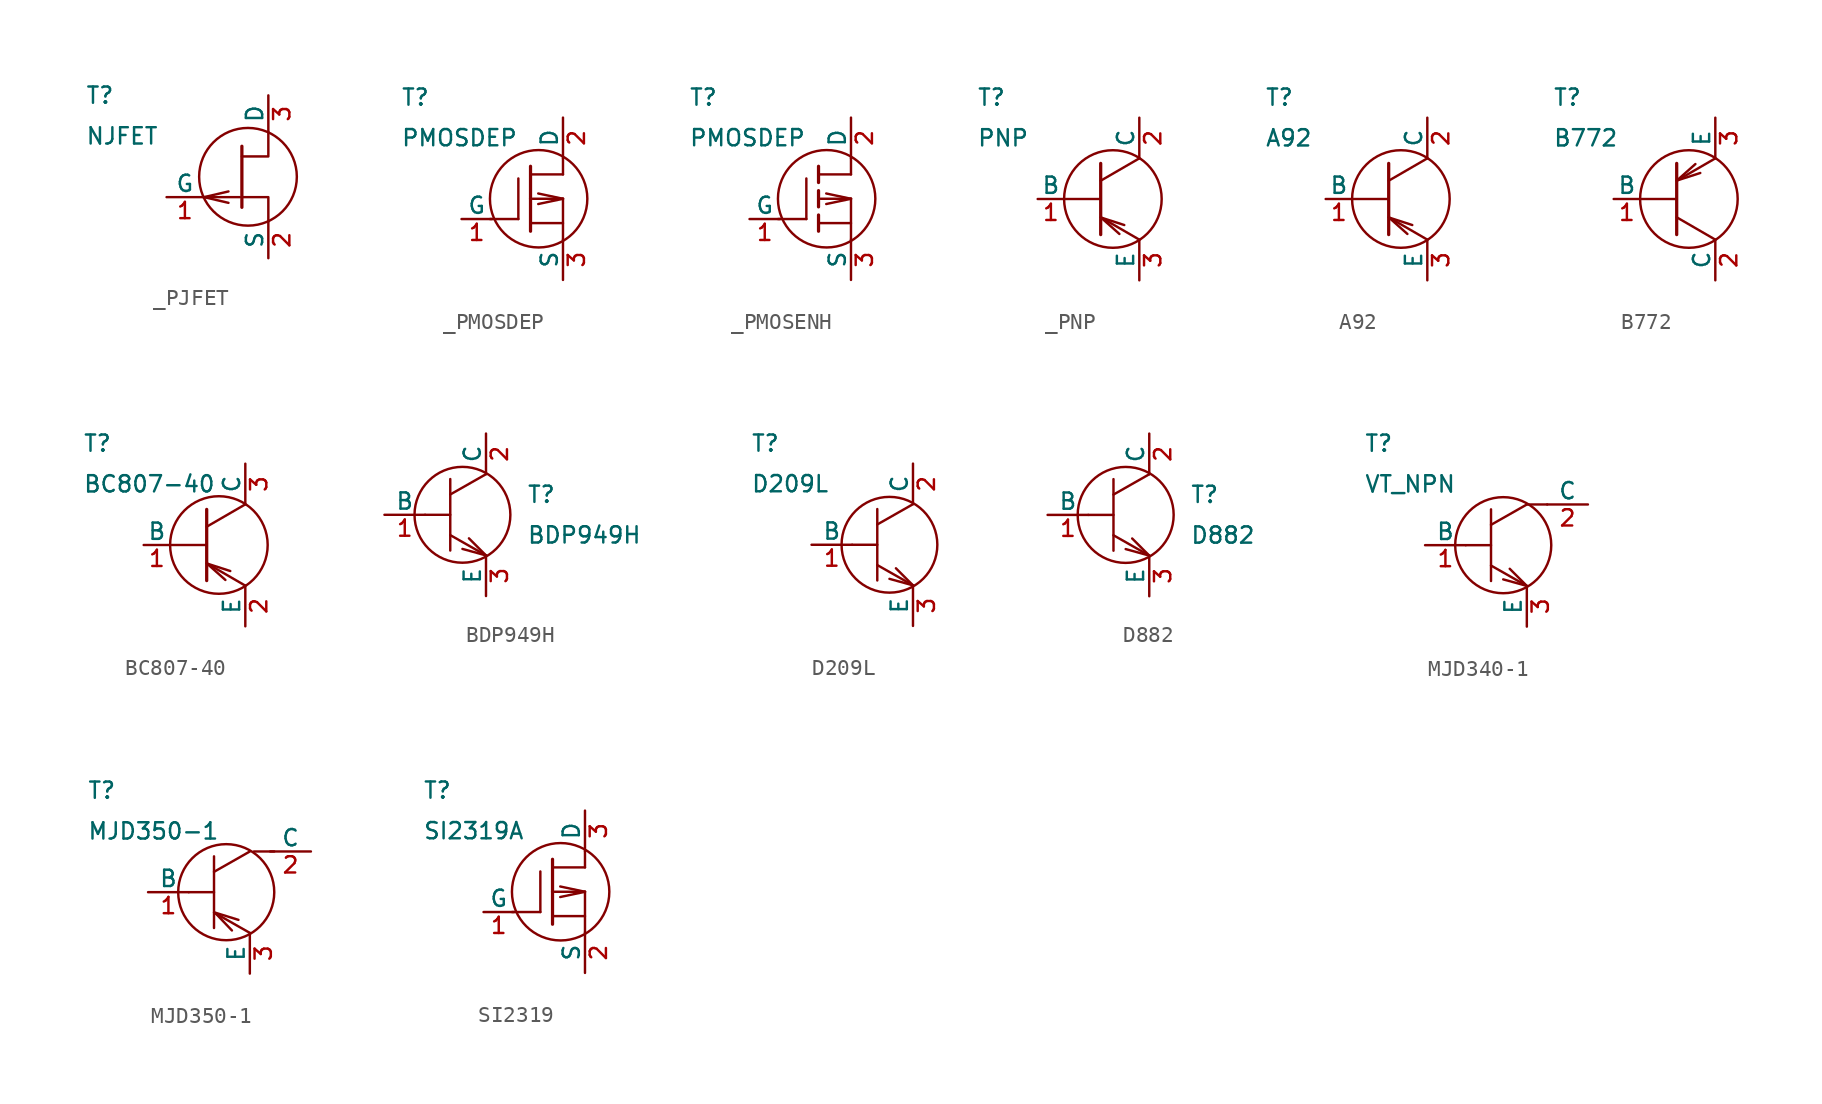
<source format=kicad_sym>
(kicad_symbol_lib
  (version 20231120)
  (generator "kicad_symbol_editor")
  (generator_version "8.0")
  (symbol "_PJFET"
    (pin_names
      (offset 0))
    (property "Reference" "T"
      (at -10.16 5.08 0)
      (effects (font (size 1.016 1.016)) (justify left)))
    (property "Value" "NJFET"
      (at -10.16 2.54 0)
      (effects (font (size 1.016 1.016)) (justify left)))
    (symbol "_PJFET_0_1"
      (polyline (pts (xy -2.794 -1.27) (xy -0.508 -1.27)) (stroke (width 0) (type default)) (fill (type none)))
      (polyline (pts (xy -0.381 -1.27) (xy 1.27 -1.27) (xy 1.27 -2.794)) (stroke (width 0) (type default)) (fill (type none)))
      (polyline (pts (xy -0.381 1.27) (xy 1.27 1.27) (xy 1.27 2.794)) (stroke (width 0) (type default)) (fill (type none)))
      (circle (center 0 0) (radius 3.048) (stroke (width 0) (type default)) (fill (type none))))
    (symbol "_PJFET_1_1"
      (polyline (pts (xy -2.743 -1.27) (xy -1.219 -0.914)) (stroke (width 0) (type default)) (fill (type none)))
      (polyline (pts (xy -1.219 -1.626) (xy -2.743 -1.27)) (stroke (width 0) (type default)) (fill (type none)))
      (polyline (pts (xy -0.381 1.905) (xy -0.381 -1.905)) (stroke (width 0.203) (type default)) (fill (type none)))
      (pin passive line (at -5.08 -1.27 0) (length 2.286) (name "G" (effects (font (size 1.016 1.016)))) (number "1" (effects (font (size 1.016 1.016)))))
      (pin input line (at 1.27 -5.08 90) (length 2.286) (name "S" (effects (font (size 1.016 1.016)))) (number "2" (effects (font (size 1.016 1.016)))))
      (pin input line (at 1.27 5.08 270) (length 2.286) (name "D" (effects (font (size 1.016 1.016)))) (number "3" (effects (font (size 1.016 1.016)))))))
  (symbol "_PMOSDEP"
    (pin_names
      (offset 0))
    (property "Reference" "T"
      (at -8.89 6.35 0)
      (effects (font (size 1.016 1.016)) (justify left)))
    (property "Value" "PMOSDEP"
      (at -8.89 3.81 0)
      (effects (font (size 1.016 1.016)) (justify left)))
    (symbol "_PMOSDEP_0_1"
      (circle (center -0.254 0) (radius 3.048) (stroke (width 0) (type default)) (fill (type none)))
      (polyline (pts (xy -1.524 -1.27) (xy -1.524 1.27)) (stroke (width 0) (type default)) (fill (type none))))
    (symbol "_PMOSDEP_1_1"
      (polyline (pts (xy -3.302 -1.27) (xy -1.524 -1.27)) (stroke (width 0) (type default)) (fill (type none)))
      (polyline (pts (xy -0.762 -2.032) (xy -0.762 0)) (stroke (width 0.203) (type default)) (fill (type none)))
      (polyline (pts (xy -0.762 -1.524) (xy 1.27 -1.524)) (stroke (width 0) (type default)) (fill (type none)))
      (polyline (pts (xy -0.762 0) (xy -0.762 2.032)) (stroke (width 0.203) (type default)) (fill (type none)))
      (polyline (pts (xy -0.762 1.524) (xy 1.27 1.524)) (stroke (width 0) (type default)) (fill (type none)))
      (polyline (pts (xy -0.279 0.33) (xy 1.27 0)) (stroke (width 0) (type default)) (fill (type none)))
      (polyline (pts (xy 1.27 0) (xy -0.635 0)) (stroke (width 0) (type default)) (fill (type none)))
      (polyline (pts (xy 1.27 0) (xy -0.279 -0.33)) (stroke (width 0) (type default)) (fill (type none)))
      (polyline (pts (xy 1.27 0) (xy 1.27 -2.54)) (stroke (width 0) (type default)) (fill (type none)))
      (polyline (pts (xy 1.27 2.54) (xy 1.27 1.524)) (stroke (width 0) (type default)) (fill (type none)))
      (pin input line (at -5.08 -1.27 0) (length 1.905) (name "G" (effects (font (size 1.016 1.016)))) (number "1" (effects (font (size 1.016 1.016)))))
      (pin input line (at 1.27 5.08 270) (length 2.54) (name "D" (effects (font (size 1.016 1.016)))) (number "2" (effects (font (size 1.016 1.016)))))
      (pin input line (at 1.27 -5.08 90) (length 2.54) (name "S" (effects (font (size 1.016 1.016)))) (number "3" (effects (font (size 1.016 1.016)))))))
  (symbol "_PMOSENH"
    (pin_names
      (offset 0))
    (property "Reference" "T"
      (at -8.89 6.35 0)
      (effects (font (size 1.016 1.016)) (justify left)))
    (property "Value" "PMOSDEP"
      (at -8.89 3.81 0)
      (effects (font (size 1.016 1.016)) (justify left)))
    (symbol "_PMOSENH_0_1"
      (circle (center -0.254 0) (radius 3.048) (stroke (width 0) (type default)) (fill (type none)))
      (polyline (pts (xy -1.524 -1.27) (xy -1.524 1.27)) (stroke (width 0) (type default)) (fill (type none))))
    (symbol "_PMOSENH_1_1"
      (polyline (pts (xy -3.302 -1.27) (xy -1.524 -1.27)) (stroke (width 0) (type default)) (fill (type none)))
      (polyline (pts (xy -0.762 -1.524) (xy 1.27 -1.524)) (stroke (width 0) (type default)) (fill (type none)))
      (polyline (pts (xy -0.762 -1.016) (xy -0.762 -2.032)) (stroke (width 0.203) (type default)) (fill (type none)))
      (polyline (pts (xy -0.762 0.508) (xy -0.762 -0.508)) (stroke (width 0.203) (type default)) (fill (type none)))
      (polyline (pts (xy -0.762 1.524) (xy 1.27 1.524)) (stroke (width 0) (type default)) (fill (type none)))
      (polyline (pts (xy -0.762 2.032) (xy -0.762 1.016)) (stroke (width 0.203) (type default)) (fill (type none)))
      (polyline (pts (xy -0.279 0.33) (xy 1.27 0)) (stroke (width 0) (type default)) (fill (type none)))
      (polyline (pts (xy 1.27 0) (xy -0.635 0)) (stroke (width 0) (type default)) (fill (type none)))
      (polyline (pts (xy 1.27 0) (xy -0.279 -0.33)) (stroke (width 0) (type default)) (fill (type none)))
      (polyline (pts (xy 1.27 0) (xy 1.27 -2.54)) (stroke (width 0) (type default)) (fill (type none)))
      (polyline (pts (xy 1.27 2.54) (xy 1.27 1.524)) (stroke (width 0) (type default)) (fill (type none)))
      (pin input line (at -5.08 -1.27 0) (length 1.905) (name "G" (effects (font (size 1.016 1.016)))) (number "1" (effects (font (size 1.016 1.016)))))
      (pin input line (at 1.27 5.08 270) (length 2.54) (name "D" (effects (font (size 1.016 1.016)))) (number "2" (effects (font (size 1.016 1.016)))))
      (pin input line (at 1.27 -5.08 90) (length 2.54) (name "S" (effects (font (size 1.016 1.016)))) (number "3" (effects (font (size 1.016 1.016)))))))
  (symbol "_PNP"
    (pin_names
      (offset 0))
    (property "Reference" "T"
      (at -8.89 6.35 0)
      (effects (font (size 1.016 1.016)) (justify left)))
    (property "Value" "PNP"
      (at -8.89 3.81 0)
      (effects (font (size 1.016 1.016)) (justify left)))
    (symbol "_PNP_0_1"
      (circle (center -0.381 0) (radius 3.048) (stroke (width 0) (type default)) (fill (type none)))
      (polyline (pts (xy -3.429 0) (xy -1.143 0)) (stroke (width 0) (type default)) (fill (type none)))
      (polyline (pts (xy -1.143 -1.143) (xy 1.27 -2.54)) (stroke (width 0) (type default)) (fill (type none)))
      (polyline (pts (xy -1.143 1.143) (xy 1.27 2.54)) (stroke (width 0) (type default)) (fill (type none)))
      (polyline (pts (xy 0.025 -2.184) (xy -1.118 -1.168)) (stroke (width 0) (type default)) (fill (type none)))
      (polyline (pts (xy 0.33 -1.626) (xy -1.118 -1.159)) (stroke (width 0) (type default)) (fill (type none))))
    (symbol "_PNP_1_1"
      (polyline (pts (xy -1.143 2.223) (xy -1.143 -2.223)) (stroke (width 0.203) (type default)) (fill (type none)))
      (pin input line (at -5.08 0 0) (length 1.651) (name "B" (effects (font (size 1.016 1.016)))) (number "1" (effects (font (size 1.016 1.016)))))
      (pin input line (at 1.27 5.08 270) (length 2.54) (name "C" (effects (font (size 1.016 1.016)))) (number "2" (effects (font (size 1.016 1.016)))))
      (pin input line (at 1.27 -5.08 90) (length 2.54) (name "E" (effects (font (size 1.016 1.016)))) (number "3" (effects (font (size 1.016 1.016)))))))
  (symbol "A92"
    (pin_names
      (offset 0))
    (property "Reference" "T"
      (at -8.89 6.35 0)
      (effects (font (size 1.016 1.016)) (justify left)))
    (property "Value" "A92"
      (at -8.89 3.81 0)
      (effects (font (size 1.016 1.016)) (justify left)))
    (symbol "A92_0_1"
      (circle (center -0.381 0) (radius 3.048) (stroke (width 0) (type default)) (fill (type none)))
      (polyline (pts (xy -3.429 0) (xy -1.143 0)) (stroke (width 0) (type default)) (fill (type none)))
      (polyline (pts (xy -1.143 -1.143) (xy 1.27 -2.54)) (stroke (width 0) (type default)) (fill (type none)))
      (polyline (pts (xy -1.143 1.143) (xy 1.27 2.54)) (stroke (width 0) (type default)) (fill (type none)))
      (polyline (pts (xy 0.025 -2.184) (xy -1.118 -1.168)) (stroke (width 0) (type default)) (fill (type none)))
      (polyline (pts (xy 0.33 -1.626) (xy -1.118 -1.159)) (stroke (width 0) (type default)) (fill (type none))))
    (symbol "A92_1_1"
      (polyline (pts (xy -1.143 2.223) (xy -1.143 -2.223)) (stroke (width 0.203) (type default)) (fill (type none)))
      (pin input line (at -5.08 0 0) (length 1.651) (name "B" (effects (font (size 1.016 1.016)))) (number "1" (effects (font (size 1.016 1.016)))))
      (pin input line (at 1.27 5.08 270) (length 2.54) (name "C" (effects (font (size 1.016 1.016)))) (number "2" (effects (font (size 1.016 1.016)))))
      (pin input line (at 1.27 -5.08 90) (length 2.54) (name "E" (effects (font (size 1.016 1.016)))) (number "3" (effects (font (size 1.016 1.016)))))))
  (symbol "B772"
    (pin_names
      (offset 0))
    (property "Reference" "T"
      (at -8.89 6.35 0)
      (effects (font (size 1.016 1.016)) (justify left)))
    (property "Value" "B772"
      (at -8.89 3.81 0)
      (effects (font (size 1.016 1.016)) (justify left)))
    (symbol "B772_0_1"
      (circle (center -0.381 0) (radius 3.048) (stroke (width 0) (type default)) (fill (type none)))
      (polyline (pts (xy -3.429 0) (xy -1.143 0)) (stroke (width 0) (type default)) (fill (type none)))
      (polyline (pts (xy -1.143 -1.143) (xy 1.27 -2.54)) (stroke (width 0) (type default)) (fill (type none)))
      (polyline (pts (xy -1.143 1.143) (xy 1.27 2.54)) (stroke (width 0) (type default)) (fill (type none)))
      (polyline (pts (xy 0.025 2.184) (xy -1.118 1.168)) (stroke (width 0) (type default)) (fill (type none)))
      (polyline (pts (xy 0.33 1.626) (xy -1.118 1.159)) (stroke (width 0) (type default)) (fill (type none))))
    (symbol "B772_1_1"
      (polyline (pts (xy -1.143 -2.223) (xy -1.143 2.223)) (stroke (width 0.203) (type default)) (fill (type none)))
      (pin input line (at -5.08 0 0) (length 1.651) (name "B" (effects (font (size 1.016 1.016)))) (number "1" (effects (font (size 1.016 1.016)))))
      (pin input line (at 1.27 -5.08 90) (length 2.54) (name "C" (effects (font (size 1.016 1.016)))) (number "2" (effects (font (size 1.016 1.016)))))
      (pin input line (at 1.27 5.08 270) (length 2.54) (name "E" (effects (font (size 1.016 1.016)))) (number "3" (effects (font (size 1.016 1.016)))))))
  (symbol "BC807-40"
    (pin_names
      (offset 0))
    (property "Reference" "T"
      (at -8.89 6.35 0)
      (effects (font (size 1.016 1.016)) (justify left)))
    (property "Value" "BC807-40"
      (at -8.89 3.81 0)
      (effects (font (size 1.016 1.016)) (justify left)))
    (symbol "BC807-40_0_1"
      (circle (center -0.381 0) (radius 3.048) (stroke (width 0) (type default)) (fill (type none)))
      (polyline (pts (xy -3.429 0) (xy -1.143 0)) (stroke (width 0) (type default)) (fill (type none)))
      (polyline (pts (xy -1.143 -1.143) (xy 1.27 -2.54)) (stroke (width 0) (type default)) (fill (type none)))
      (polyline (pts (xy -1.143 1.143) (xy 1.27 2.54)) (stroke (width 0) (type default)) (fill (type none)))
      (polyline (pts (xy 0.025 -2.184) (xy -1.118 -1.168)) (stroke (width 0) (type default)) (fill (type none)))
      (polyline (pts (xy 0.33 -1.626) (xy -1.118 -1.159)) (stroke (width 0) (type default)) (fill (type none))))
    (symbol "BC807-40_1_1"
      (polyline (pts (xy -1.143 2.223) (xy -1.143 -2.223)) (stroke (width 0.203) (type default)) (fill (type none)))
      (pin input line (at -5.08 0 0) (length 1.651) (name "B" (effects (font (size 1.016 1.016)))) (number "1" (effects (font (size 1.016 1.016)))))
      (pin input line (at 1.27 -5.08 90) (length 2.54) (name "E" (effects (font (size 1.016 1.016)))) (number "2" (effects (font (size 1.016 1.016)))))
      (pin input line (at 1.27 5.08 270) (length 2.54) (name "C" (effects (font (size 1.016 1.016)))) (number "3" (effects (font (size 1.016 1.016)))))))
  (symbol "BDP949H"
    (pin_names
      (offset 0))
    (property "Reference" "T"
      (at 3.81 1.27 0)
      (effects (font (size 1.016 1.016)) (justify left)))
    (property "Value" "BDP949H"
      (at 3.81 -1.27 0)
      (effects (font (size 1.016 1.016)) (justify left)))
    (symbol "BDP949H_1_1"
      (circle (center -0.203 0) (radius 2.997) (stroke (width 0) (type default)) (fill (type none)))
      (polyline (pts (xy -2.54 0) (xy -1.016 0)) (stroke (width 0) (type default)) (fill (type none)))
      (polyline (pts (xy -0.965 0) (xy -0.965 -2.235)) (stroke (width 0) (type default)) (fill (type none)))
      (polyline (pts (xy -0.965 0) (xy -0.965 2.235)) (stroke (width 0) (type default)) (fill (type none)))
      (polyline (pts (xy 1.27 -2.54) (xy -0.965 -1.27)) (stroke (width 0) (type default)) (fill (type none)))
      (polyline (pts (xy 1.27 2.54) (xy -0.965 1.27)) (stroke (width 0) (type default)) (fill (type none)))
      (polyline (pts (xy 0.203 -1.473) (xy 1.27 -2.54) (xy -0.203 -2.134)) (stroke (width 0) (type default)) (fill (type none)))
      (pin passive line (at -5.08 0 0) (length 2.54) (name "B" (effects (font (size 1.016 1.016)))) (number "1" (effects (font (size 1.016 1.016)))))
      (pin passive line (at 1.27 5.08 270) (length 2.54) (name "C" (effects (font (size 1.016 1.016)))) (number "2" (effects (font (size 1.016 1.016)))))
      (pin passive line (at 1.27 -5.08 90) (length 2.54) (name "E" (effects (font (size 1.016 1.016)))) (number "3" (effects (font (size 1.016 1.016)))))))
  (symbol "D209L"
    (pin_names
      (offset 0))
    (property "Reference" "T"
      (at -8.89 6.35 0)
      (effects (font (size 1.016 1.016)) (justify left)))
    (property "Value" "D209L"
      (at -8.89 3.81 0)
      (effects (font (size 1.016 1.016)) (justify left)))
    (symbol "D209L_1_1"
      (circle (center -0.203 0) (radius 2.997) (stroke (width 0) (type default)) (fill (type none)))
      (polyline (pts (xy -2.54 0) (xy -1.016 0)) (stroke (width 0) (type default)) (fill (type none)))
      (polyline (pts (xy -0.965 0) (xy -0.965 -2.235)) (stroke (width 0) (type default)) (fill (type none)))
      (polyline (pts (xy -0.965 0) (xy -0.965 2.235)) (stroke (width 0) (type default)) (fill (type none)))
      (polyline (pts (xy 1.27 -2.54) (xy -0.965 -1.27)) (stroke (width 0) (type default)) (fill (type none)))
      (polyline (pts (xy 1.27 2.54) (xy -0.965 1.27)) (stroke (width 0) (type default)) (fill (type none)))
      (polyline (pts (xy 0.203 -1.473) (xy 1.27 -2.54) (xy -0.203 -2.134)) (stroke (width 0) (type default)) (fill (type none)))
      (pin passive line (at -5.08 0 0) (length 2.54) (name "B" (effects (font (size 1.016 1.016)))) (number "1" (effects (font (size 1.016 1.016)))))
      (pin passive line (at 1.27 5.08 270) (length 2.54) (name "C" (effects (font (size 1.016 1.016)))) (number "2" (effects (font (size 1.016 1.016)))))
      (pin passive line (at 1.27 -5.08 90) (length 2.54) (name "E" (effects (font (size 1.016 1.016)))) (number "3" (effects (font (size 1.016 1.016)))))))
  (symbol "D882"
    (pin_names
      (offset 0))
    (property "Reference" "T"
      (at 3.81 1.27 0)
      (effects (font (size 1.016 1.016)) (justify left)))
    (property "Value" "D882"
      (at 3.81 -1.27 0)
      (effects (font (size 1.016 1.016)) (justify left)))
    (symbol "D882_1_1"
      (circle (center -0.203 0) (radius 2.997) (stroke (width 0) (type default)) (fill (type none)))
      (polyline (pts (xy -2.54 0) (xy -1.016 0)) (stroke (width 0) (type default)) (fill (type none)))
      (polyline (pts (xy -0.965 0) (xy -0.965 -2.235)) (stroke (width 0) (type default)) (fill (type none)))
      (polyline (pts (xy -0.965 0) (xy -0.965 2.235)) (stroke (width 0) (type default)) (fill (type none)))
      (polyline (pts (xy 1.27 -2.54) (xy -0.965 -1.27)) (stroke (width 0) (type default)) (fill (type none)))
      (polyline (pts (xy 1.27 2.54) (xy -0.965 1.27)) (stroke (width 0) (type default)) (fill (type none)))
      (polyline (pts (xy 0.203 -1.473) (xy 1.27 -2.54) (xy -0.203 -2.134)) (stroke (width 0) (type default)) (fill (type none)))
      (pin passive line (at -5.08 0 0) (length 2.54) (name "B" (effects (font (size 1.016 1.016)))) (number "1" (effects (font (size 1.016 1.016)))))
      (pin passive line (at 1.27 5.08 270) (length 2.54) (name "C" (effects (font (size 1.016 1.016)))) (number "2" (effects (font (size 1.016 1.016)))))
      (pin passive line (at 1.27 -5.08 90) (length 2.54) (name "E" (effects (font (size 1.016 1.016)))) (number "3" (effects (font (size 1.016 1.016)))))))
  (symbol "MJD340-1"
    (pin_names
      (offset 0))
    (property "Reference" "T"
      (at -8.89 6.35 0)
      (effects (font (size 1.016 1.016)) (justify left)))
    (property "Value" "VT_NPN"
      (at -8.89 3.81 0)
      (effects (font (size 1.016 1.016)) (justify left)))
    (symbol "MJD340-1_0_0"
      (polyline (pts (xy 2.54 2.54) (xy 1.27 2.54)) (stroke (width 0) (type default)) (fill (type none))))
    (symbol "MJD340-1_1_1"
      (circle (center -0.203 0) (radius 2.997) (stroke (width 0) (type default)) (fill (type none)))
      (polyline (pts (xy -2.54 0) (xy -1.016 0)) (stroke (width 0) (type default)) (fill (type none)))
      (polyline (pts (xy -0.965 0) (xy -0.965 -2.235)) (stroke (width 0) (type default)) (fill (type none)))
      (polyline (pts (xy -0.965 0) (xy -0.965 2.235)) (stroke (width 0) (type default)) (fill (type none)))
      (polyline (pts (xy 1.27 -2.54) (xy -0.965 -1.27)) (stroke (width 0) (type default)) (fill (type none)))
      (polyline (pts (xy 1.27 2.54) (xy -0.965 1.27)) (stroke (width 0) (type default)) (fill (type none)))
      (polyline (pts (xy 0.203 -1.473) (xy 1.27 -2.54) (xy -0.203 -2.134)) (stroke (width 0) (type default)) (fill (type none)))
      (pin passive line (at -5.08 0 0) (length 2.54) (name "B" (effects (font (size 1.016 1.016)))) (number "1" (effects (font (size 1.016 1.016)))))
      (pin passive line (at 5.08 2.54 180) (length 2.54) (name "C" (effects (font (size 1.016 1.016)))) (number "2" (effects (font (size 1.016 1.016)))))
      (pin passive line (at 1.27 -5.08 90) (length 2.54) (name "E" (effects (font (size 1.016 1.016)))) (number "3" (effects (font (size 1.016 1.016)))))))
  (symbol "MJD350-1"
    (pin_names
      (offset 0))
    (property "Reference" "T"
      (at -8.89 6.35 0)
      (effects (font (size 1.016 1.016)) (justify left)))
    (property "Value" "MJD350-1"
      (at -8.89 3.81 0)
      (effects (font (size 1.016 1.016)) (justify left)))
    (symbol "MJD350-1_0_1"
      (polyline (pts (xy 2.794 2.54) (xy 1.524 2.54)) (stroke (width 0) (type default)) (fill (type none))))
    (symbol "MJD350-1_1_1"
      (circle (center -0.203 0) (radius 2.997) (stroke (width 0) (type default)) (fill (type none)))
      (polyline (pts (xy -2.54 0) (xy -1.016 0)) (stroke (width 0) (type default)) (fill (type none)))
      (polyline (pts (xy -0.965 0) (xy -0.965 -2.235)) (stroke (width 0) (type default)) (fill (type none)))
      (polyline (pts (xy -0.965 0) (xy -0.965 2.235)) (stroke (width 0) (type default)) (fill (type none)))
      (polyline (pts (xy 1.27 -2.54) (xy -0.965 -1.27)) (stroke (width 0) (type default)) (fill (type none)))
      (polyline (pts (xy 1.27 2.54) (xy -0.965 1.27)) (stroke (width 0) (type default)) (fill (type none)))
      (polyline (pts (xy 0.152 -2.388) (xy -0.914 -1.27) (xy 0.559 -1.727)) (stroke (width 0) (type default)) (fill (type none)))
      (pin passive line (at -5.08 0 0) (length 2.54) (name "B" (effects (font (size 1.016 1.016)))) (number "1" (effects (font (size 1.016 1.016)))))
      (pin passive line (at 5.08 2.54 180) (length 2.54) (name "C" (effects (font (size 1.016 1.016)))) (number "2" (effects (font (size 1.016 1.016)))))
      (pin passive line (at 1.27 -5.08 90) (length 2.54) (name "E" (effects (font (size 1.016 1.016)))) (number "3" (effects (font (size 1.016 1.016)))))))
  (symbol "SI2319"
    (pin_names
      (offset 0))
    (property "Reference" "T"
      (at -8.89 6.35 0)
      (effects (font (size 1.016 1.016)) (justify left)))
    (property "Value" "SI2319A"
      (at -8.89 3.81 0)
      (effects (font (size 1.016 1.016)) (justify left)))
    (symbol "SI2319_0_1"
      (circle (center -0.254 0) (radius 3.048) (stroke (width 0) (type default)) (fill (type none)))
      (polyline (pts (xy -1.524 -1.27) (xy -1.524 1.27)) (stroke (width 0) (type default)) (fill (type none))))
    (symbol "SI2319_1_1"
      (polyline (pts (xy -3.302 -1.27) (xy -1.524 -1.27)) (stroke (width 0) (type default)) (fill (type none)))
      (polyline (pts (xy -0.762 -2.032) (xy -0.762 0)) (stroke (width 0.203) (type default)) (fill (type none)))
      (polyline (pts (xy -0.762 -1.524) (xy 1.27 -1.524)) (stroke (width 0) (type default)) (fill (type none)))
      (polyline (pts (xy -0.762 0) (xy -0.762 2.032)) (stroke (width 0.203) (type default)) (fill (type none)))
      (polyline (pts (xy -0.762 1.524) (xy 1.27 1.524)) (stroke (width 0) (type default)) (fill (type none)))
      (polyline (pts (xy -0.279 0.33) (xy 1.27 0)) (stroke (width 0) (type default)) (fill (type none)))
      (polyline (pts (xy 1.27 0) (xy -0.635 0)) (stroke (width 0) (type default)) (fill (type none)))
      (polyline (pts (xy 1.27 0) (xy -0.279 -0.33)) (stroke (width 0) (type default)) (fill (type none)))
      (polyline (pts (xy 1.27 0) (xy 1.27 -2.54)) (stroke (width 0) (type default)) (fill (type none)))
      (polyline (pts (xy 1.27 2.54) (xy 1.27 1.524)) (stroke (width 0) (type default)) (fill (type none)))
      (pin input line (at -5.08 -1.27 0) (length 1.905) (name "G" (effects (font (size 1.016 1.016)))) (number "1" (effects (font (size 1.016 1.016)))))
      (pin input line (at 1.27 -5.08 90) (length 2.54) (name "S" (effects (font (size 1.016 1.016)))) (number "2" (effects (font (size 1.016 1.016)))))
      (pin input line (at 1.27 5.08 270) (length 2.54) (name "D" (effects (font (size 1.016 1.016)))) (number "3" (effects (font (size 1.016 1.016))))))))
</source>
